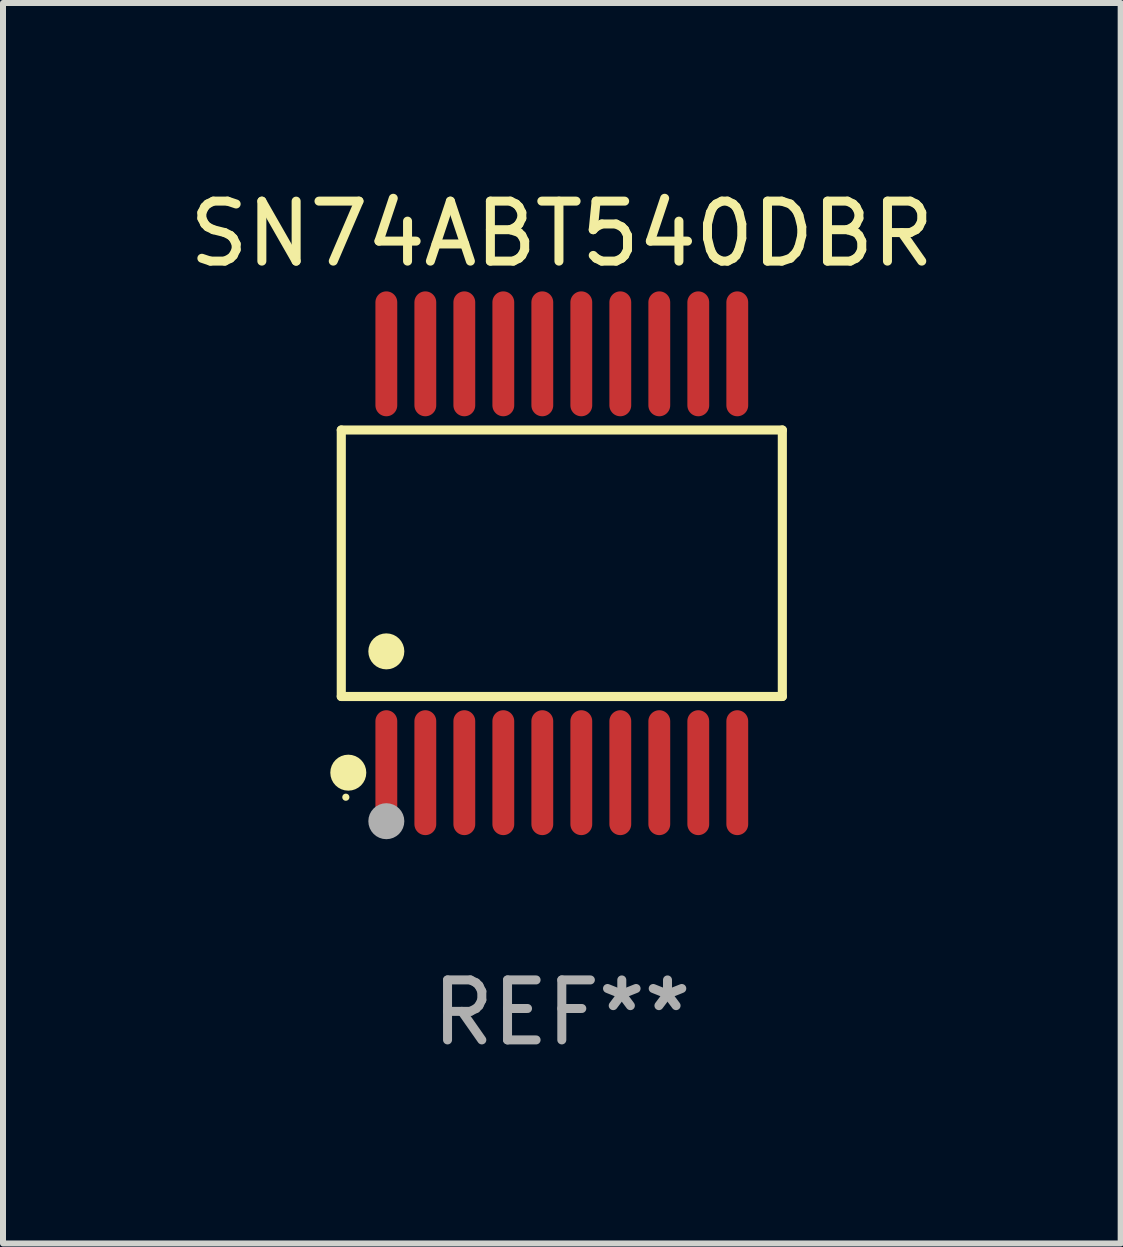
<source format=kicad_pcb>
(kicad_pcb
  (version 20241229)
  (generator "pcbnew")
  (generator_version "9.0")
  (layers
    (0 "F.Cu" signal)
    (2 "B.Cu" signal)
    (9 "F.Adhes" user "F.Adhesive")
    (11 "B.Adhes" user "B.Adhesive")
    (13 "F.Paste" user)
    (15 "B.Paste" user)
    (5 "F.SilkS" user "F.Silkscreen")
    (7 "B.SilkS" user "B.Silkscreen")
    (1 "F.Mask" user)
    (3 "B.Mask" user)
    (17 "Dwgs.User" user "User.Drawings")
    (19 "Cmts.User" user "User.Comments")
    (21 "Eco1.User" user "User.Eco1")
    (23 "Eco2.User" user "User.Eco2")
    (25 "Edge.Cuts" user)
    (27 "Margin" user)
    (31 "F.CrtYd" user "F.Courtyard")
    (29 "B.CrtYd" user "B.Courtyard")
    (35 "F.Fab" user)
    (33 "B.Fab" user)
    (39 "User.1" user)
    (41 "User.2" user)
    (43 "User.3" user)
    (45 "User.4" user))
  (footprint "SN74ABT540DBR"
    (layer "F.Cu")
    (at 6.315 6.339)
    (property "Reference" "SN74ABT540DBR" (at 0 -5.491 0) (layer "F.SilkS") (effects (font (size 1 1) (thickness 0.15))))
    (attr through_hole)
    (fp_line (start -3.676 -2.221) (end 3.676 -2.221) (stroke (width 0.152) (type solid)) (layer "F.SilkS"))
    (fp_line (start -3.676 2.221) (end -3.676 -2.221) (stroke (width 0.152) (type solid)) (layer "F.SilkS"))
    (fp_line (start 3.676 -2.221) (end 3.676 2.221) (stroke (width 0.152) (type solid)) (layer "F.SilkS"))
    (fp_line (start 3.676 2.221) (end -3.676 2.221) (stroke (width 0.152) (type solid)) (layer "F.SilkS"))
    (fp_circle (center -3.6 3.9) (end -3.57 3.9) (stroke (width 0.06) (type solid)) (fill no) (layer "F.SilkS"))
    (fp_circle (center -3.559 3.491) (end -3.409 3.491) (stroke (width 0.3) (type solid)) (fill no) (layer "F.SilkS"))
    (fp_circle (center -2.925 1.469) (end -2.775 1.469) (stroke (width 0.3) (type solid)) (fill no) (layer "F.SilkS"))
    (fp_circle (center -2.925 4.3) (end -2.775 4.3) (stroke (width 0.3) (type solid)) (fill no) (layer "F.Fab"))
    (fp_text user "REF**" (at 0 7.491 0) (layer "F.Fab") (effects (font (size 1 1) (thickness 0.15))))
    (pad "1" smd oval (at -2.925 3.491) (size 0.364 2.082) (layers "F.Cu" "F.Mask" "F.Paste"))
    (pad "2" smd oval (at -2.275 3.491) (size 0.364 2.082) (layers "F.Cu" "F.Mask" "F.Paste"))
    (pad "3" smd oval (at -1.625 3.491) (size 0.364 2.082) (layers "F.Cu" "F.Mask" "F.Paste"))
    (pad "4" smd oval (at -0.975 3.491) (size 0.364 2.082) (layers "F.Cu" "F.Mask" "F.Paste"))
    (pad "5" smd oval (at -0.325 3.491) (size 0.364 2.082) (layers "F.Cu" "F.Mask" "F.Paste"))
    (pad "6" smd oval (at 0.325 3.491) (size 0.364 2.082) (layers "F.Cu" "F.Mask" "F.Paste"))
    (pad "7" smd oval (at 0.975 3.491) (size 0.364 2.082) (layers "F.Cu" "F.Mask" "F.Paste"))
    (pad "8" smd oval (at 1.625 3.491) (size 0.364 2.082) (layers "F.Cu" "F.Mask" "F.Paste"))
    (pad "9" smd oval (at 2.275 3.491) (size 0.364 2.082) (layers "F.Cu" "F.Mask" "F.Paste"))
    (pad "10" smd oval (at 2.925 3.491) (size 0.364 2.082) (layers "F.Cu" "F.Mask" "F.Paste"))
    (pad "11" smd oval (at 2.925 -3.491) (size 0.364 2.082) (layers "F.Cu" "F.Mask" "F.Paste"))
    (pad "12" smd oval (at 2.275 -3.491) (size 0.364 2.082) (layers "F.Cu" "F.Mask" "F.Paste"))
    (pad "13" smd oval (at 1.625 -3.491) (size 0.364 2.082) (layers "F.Cu" "F.Mask" "F.Paste"))
    (pad "14" smd oval (at 0.975 -3.491) (size 0.364 2.082) (layers "F.Cu" "F.Mask" "F.Paste"))
    (pad "15" smd oval (at 0.325 -3.491) (size 0.364 2.082) (layers "F.Cu" "F.Mask" "F.Paste"))
    (pad "16" smd oval (at -0.325 -3.491) (size 0.364 2.082) (layers "F.Cu" "F.Mask" "F.Paste"))
    (pad "17" smd oval (at -0.975 -3.491) (size 0.364 2.082) (layers "F.Cu" "F.Mask" "F.Paste"))
    (pad "18" smd oval (at -1.625 -3.491) (size 0.364 2.082) (layers "F.Cu" "F.Mask" "F.Paste"))
    (pad "19" smd oval (at -2.275 -3.491) (size 0.364 2.082) (layers "F.Cu" "F.Mask" "F.Paste"))
    (pad "20" smd oval (at -2.925 -3.491) (size 0.364 2.082) (layers "F.Cu" "F.Mask" "F.Paste")))
  (gr_rect
    (start -3 -3)
    (end 15.631 17.678)
    (stroke (width 0.1) (type default))
    (fill no)
    (layer "Edge.Cuts")))
</source>
